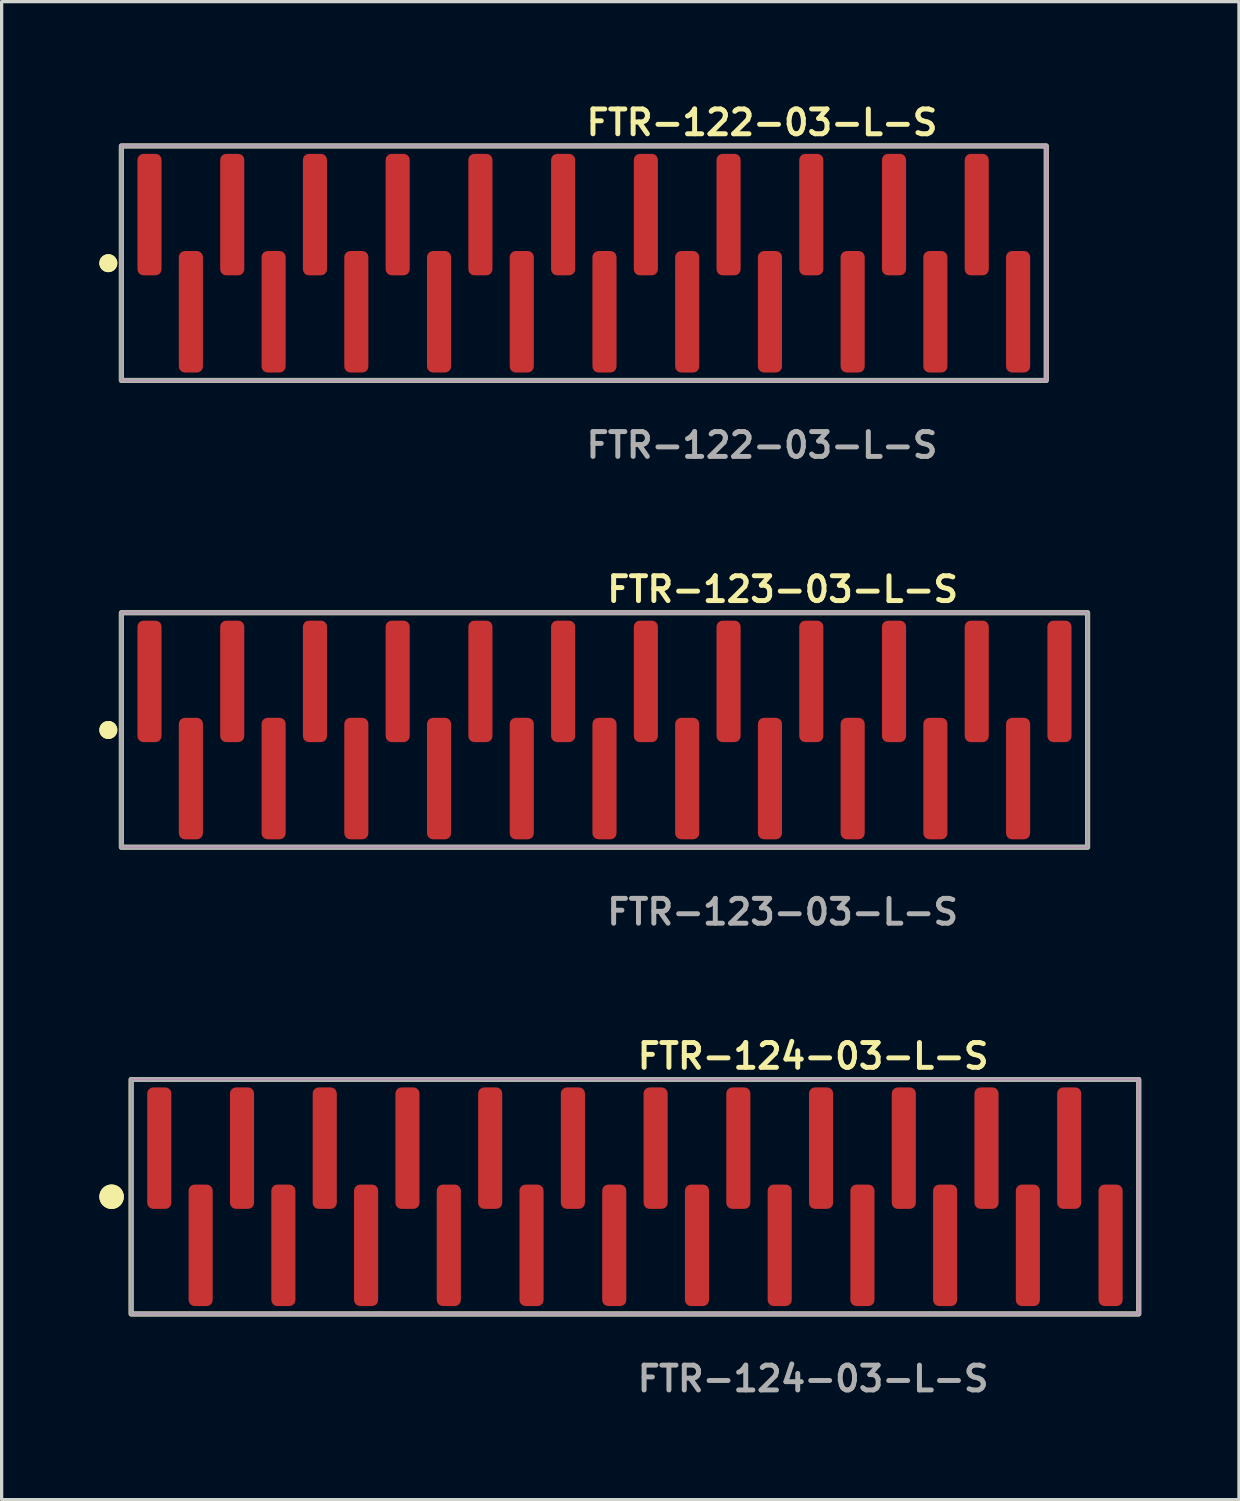
<source format=kicad_pcb>
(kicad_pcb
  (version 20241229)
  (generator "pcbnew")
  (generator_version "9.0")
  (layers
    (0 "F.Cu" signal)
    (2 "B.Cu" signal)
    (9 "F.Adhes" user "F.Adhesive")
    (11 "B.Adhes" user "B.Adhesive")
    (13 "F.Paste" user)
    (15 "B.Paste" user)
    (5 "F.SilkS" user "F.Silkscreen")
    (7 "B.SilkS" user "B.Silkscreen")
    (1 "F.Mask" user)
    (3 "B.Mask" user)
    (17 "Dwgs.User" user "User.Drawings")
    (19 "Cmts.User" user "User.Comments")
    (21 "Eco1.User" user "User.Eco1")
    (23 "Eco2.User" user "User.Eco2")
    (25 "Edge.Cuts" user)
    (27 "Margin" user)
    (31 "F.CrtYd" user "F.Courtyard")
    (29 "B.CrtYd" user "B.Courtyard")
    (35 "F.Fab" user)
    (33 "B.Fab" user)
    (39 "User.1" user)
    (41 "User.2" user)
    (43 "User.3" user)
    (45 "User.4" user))
  (footprint "FTR-124-03-L-S"
    (layer "F.Cu")
    (at 16.446 33.696)
    (property "Reference" "FTR-124-03-L-S" (at 0 -4.318 0) (unlocked yes) (layer "F.SilkS") (effects (font (size 0.762 0.762) (thickness 0.152)) (justify left)))
    (fp_rect (start -15.47 3.6) (end 15.47 -3.6) (stroke (width 0.152) (type solid)) (fill no) (layer "F.SilkS"))
    (fp_circle (center -16.07 0) (end -16.37 0) (stroke (width 0.152) (type solid)) (fill yes) (layer "F.SilkS"))
    (fp_circle (center -16.07 0) (end -16.37 0) (stroke (width 0.152) (type solid)) (fill yes) (layer "F.SilkS"))
    (fp_rect (start -15.47 3.6) (end 15.47 -3.6) (stroke (width 0.006) (type solid)) (fill no) (layer "F.CrtYd"))
    (fp_rect (start -15.47 3.6) (end 15.47 -3.6) (stroke (width 0.152) (type solid)) (fill no) (layer "F.Fab"))
    (fp_text user "${REFERENCE}" (at 0 5.588 0) (unlocked yes) (layer "F.Fab") (effects (font (size 0.762 0.762) (thickness 0.152)) (justify left)))
    (pad "1" smd roundrect (at -14.605 -1.492) (size 0.74 3.73) (layers "F.Cu" "F.Paste") (roundrect_rratio 0.25))
    (pad "2" smd roundrect (at -13.335 1.492) (size 0.74 3.73) (layers "F.Cu" "F.Paste") (roundrect_rratio 0.25))
    (pad "3" smd roundrect (at -12.065 -1.492) (size 0.74 3.73) (layers "F.Cu" "F.Paste") (roundrect_rratio 0.25))
    (pad "4" smd roundrect (at -10.795 1.492) (size 0.74 3.73) (layers "F.Cu" "F.Paste") (roundrect_rratio 0.25))
    (pad "5" smd roundrect (at -9.525 -1.492) (size 0.74 3.73) (layers "F.Cu" "F.Paste") (roundrect_rratio 0.25))
    (pad "6" smd roundrect (at -8.255 1.492) (size 0.74 3.73) (layers "F.Cu" "F.Paste") (roundrect_rratio 0.25))
    (pad "7" smd roundrect (at -6.985 -1.492) (size 0.74 3.73) (layers "F.Cu" "F.Paste") (roundrect_rratio 0.25))
    (pad "8" smd roundrect (at -5.715 1.492) (size 0.74 3.73) (layers "F.Cu" "F.Paste") (roundrect_rratio 0.25))
    (pad "9" smd roundrect (at -4.445 -1.492) (size 0.74 3.73) (layers "F.Cu" "F.Paste") (roundrect_rratio 0.25))
    (pad "10" smd roundrect (at -3.175 1.492) (size 0.74 3.73) (layers "F.Cu" "F.Paste") (roundrect_rratio 0.25))
    (pad "11" smd roundrect (at -1.905 -1.492) (size 0.74 3.73) (layers "F.Cu" "F.Paste") (roundrect_rratio 0.25))
    (pad "12" smd roundrect (at -0.635 1.492) (size 0.74 3.73) (layers "F.Cu" "F.Paste") (roundrect_rratio 0.25))
    (pad "13" smd roundrect (at 0.635 -1.492) (size 0.74 3.73) (layers "F.Cu" "F.Paste") (roundrect_rratio 0.25))
    (pad "14" smd roundrect (at 1.905 1.492) (size 0.74 3.73) (layers "F.Cu" "F.Paste") (roundrect_rratio 0.25))
    (pad "15" smd roundrect (at 3.175 -1.492) (size 0.74 3.73) (layers "F.Cu" "F.Paste") (roundrect_rratio 0.25))
    (pad "16" smd roundrect (at 4.445 1.492) (size 0.74 3.73) (layers "F.Cu" "F.Paste") (roundrect_rratio 0.25))
    (pad "17" smd roundrect (at 5.715 -1.492) (size 0.74 3.73) (layers "F.Cu" "F.Paste") (roundrect_rratio 0.25))
    (pad "18" smd roundrect (at 6.985 1.492) (size 0.74 3.73) (layers "F.Cu" "F.Paste") (roundrect_rratio 0.25))
    (pad "19" smd roundrect (at 8.255 -1.492) (size 0.74 3.73) (layers "F.Cu" "F.Paste") (roundrect_rratio 0.25))
    (pad "20" smd roundrect (at 9.525 1.492) (size 0.74 3.73) (layers "F.Cu" "F.Paste") (roundrect_rratio 0.25))
    (pad "21" smd roundrect (at 10.795 -1.492) (size 0.74 3.73) (layers "F.Cu" "F.Paste") (roundrect_rratio 0.25))
    (pad "22" smd roundrect (at 12.065 1.492) (size 0.74 3.73) (layers "F.Cu" "F.Paste") (roundrect_rratio 0.25))
    (pad "23" smd roundrect (at 13.335 -1.492) (size 0.74 3.73) (layers "F.Cu" "F.Paste") (roundrect_rratio 0.25))
    (pad "24" smd roundrect (at 14.605 1.492) (size 0.74 3.73) (layers "F.Cu" "F.Paste") (roundrect_rratio 0.25)))
  (footprint "FTR-123-03-L-S"
    (layer "F.Cu")
    (at 15.511 19.364)
    (property "Reference" "FTR-123-03-L-S" (at 0 -4.318 0) (unlocked yes) (layer "F.SilkS") (effects (font (size 0.762 0.762) (thickness 0.152)) (justify left)))
    (fp_rect (start -14.835 3.6) (end 14.835 -3.6) (stroke (width 0.152) (type solid)) (fill no) (layer "F.SilkS"))
    (fp_circle (center -15.235 0) (end -15.435 0) (stroke (width 0.152) (type solid)) (fill yes) (layer "F.SilkS"))
    (fp_circle (center -15.235 0) (end -15.435 0) (stroke (width 0.152) (type solid)) (fill yes) (layer "F.SilkS"))
    (fp_rect (start -14.835 3.6) (end 14.835 -3.6) (stroke (width 0.006) (type solid)) (fill no) (layer "F.CrtYd"))
    (fp_rect (start -14.835 3.6) (end 14.835 -3.6) (stroke (width 0.152) (type solid)) (fill no) (layer "F.Fab"))
    (fp_text user "${REFERENCE}" (at 0 5.588 0) (unlocked yes) (layer "F.Fab") (effects (font (size 0.762 0.762) (thickness 0.152)) (justify left)))
    (pad "1" smd roundrect (at -13.97 -1.492) (size 0.74 3.73) (layers "F.Cu" "F.Paste") (roundrect_rratio 0.25))
    (pad "2" smd roundrect (at -12.7 1.492) (size 0.74 3.73) (layers "F.Cu" "F.Paste") (roundrect_rratio 0.25))
    (pad "3" smd roundrect (at -11.43 -1.492) (size 0.74 3.73) (layers "F.Cu" "F.Paste") (roundrect_rratio 0.25))
    (pad "4" smd roundrect (at -10.16 1.492) (size 0.74 3.73) (layers "F.Cu" "F.Paste") (roundrect_rratio 0.25))
    (pad "5" smd roundrect (at -8.89 -1.492) (size 0.74 3.73) (layers "F.Cu" "F.Paste") (roundrect_rratio 0.25))
    (pad "6" smd roundrect (at -7.62 1.492) (size 0.74 3.73) (layers "F.Cu" "F.Paste") (roundrect_rratio 0.25))
    (pad "7" smd roundrect (at -6.35 -1.492) (size 0.74 3.73) (layers "F.Cu" "F.Paste") (roundrect_rratio 0.25))
    (pad "8" smd roundrect (at -5.08 1.492) (size 0.74 3.73) (layers "F.Cu" "F.Paste") (roundrect_rratio 0.25))
    (pad "9" smd roundrect (at -3.81 -1.492) (size 0.74 3.73) (layers "F.Cu" "F.Paste") (roundrect_rratio 0.25))
    (pad "10" smd roundrect (at -2.54 1.492) (size 0.74 3.73) (layers "F.Cu" "F.Paste") (roundrect_rratio 0.25))
    (pad "11" smd roundrect (at -1.27 -1.492) (size 0.74 3.73) (layers "F.Cu" "F.Paste") (roundrect_rratio 0.25))
    (pad "12" smd roundrect (at 0 1.492) (size 0.74 3.73) (layers "F.Cu" "F.Paste") (roundrect_rratio 0.25))
    (pad "13" smd roundrect (at 1.27 -1.492) (size 0.74 3.73) (layers "F.Cu" "F.Paste") (roundrect_rratio 0.25))
    (pad "14" smd roundrect (at 2.54 1.492) (size 0.74 3.73) (layers "F.Cu" "F.Paste") (roundrect_rratio 0.25))
    (pad "15" smd roundrect (at 3.81 -1.492) (size 0.74 3.73) (layers "F.Cu" "F.Paste") (roundrect_rratio 0.25))
    (pad "16" smd roundrect (at 5.08 1.492) (size 0.74 3.73) (layers "F.Cu" "F.Paste") (roundrect_rratio 0.25))
    (pad "17" smd roundrect (at 6.35 -1.492) (size 0.74 3.73) (layers "F.Cu" "F.Paste") (roundrect_rratio 0.25))
    (pad "18" smd roundrect (at 7.62 1.492) (size 0.74 3.73) (layers "F.Cu" "F.Paste") (roundrect_rratio 0.25))
    (pad "19" smd roundrect (at 8.89 -1.492) (size 0.74 3.73) (layers "F.Cu" "F.Paste") (roundrect_rratio 0.25))
    (pad "20" smd roundrect (at 10.16 1.492) (size 0.74 3.73) (layers "F.Cu" "F.Paste") (roundrect_rratio 0.25))
    (pad "21" smd roundrect (at 11.43 -1.492) (size 0.74 3.73) (layers "F.Cu" "F.Paste") (roundrect_rratio 0.25))
    (pad "22" smd roundrect (at 12.7 1.492) (size 0.74 3.73) (layers "F.Cu" "F.Paste") (roundrect_rratio 0.25))
    (pad "23" smd roundrect (at 13.97 -1.492) (size 0.74 3.73) (layers "F.Cu" "F.Paste") (roundrect_rratio 0.25)))
  (footprint "FTR-122-03-L-S"
    (layer "F.Cu")
    (at 14.876 5.031)
    (property "Reference" "FTR-122-03-L-S" (at 0 -4.318 0) (unlocked yes) (layer "F.SilkS") (effects (font (size 0.762 0.762) (thickness 0.152)) (justify left)))
    (fp_rect (start -14.2 3.6) (end 14.2 -3.6) (stroke (width 0.152) (type solid)) (fill no) (layer "F.SilkS"))
    (fp_circle (center -14.6 0) (end -14.8 0) (stroke (width 0.152) (type solid)) (fill yes) (layer "F.SilkS"))
    (fp_circle (center -14.6 0) (end -14.8 0) (stroke (width 0.152) (type solid)) (fill yes) (layer "F.SilkS"))
    (fp_rect (start -14.2 3.6) (end 14.2 -3.6) (stroke (width 0.006) (type solid)) (fill no) (layer "F.CrtYd"))
    (fp_rect (start -14.2 3.6) (end 14.2 -3.6) (stroke (width 0.152) (type solid)) (fill no) (layer "F.Fab"))
    (fp_text user "${REFERENCE}" (at 0 5.588 0) (unlocked yes) (layer "F.Fab") (effects (font (size 0.762 0.762) (thickness 0.152)) (justify left)))
    (pad "1" smd roundrect (at -13.335 -1.492) (size 0.74 3.73) (layers "F.Cu" "F.Paste") (roundrect_rratio 0.25))
    (pad "2" smd roundrect (at -12.065 1.492) (size 0.74 3.73) (layers "F.Cu" "F.Paste") (roundrect_rratio 0.25))
    (pad "3" smd roundrect (at -10.795 -1.492) (size 0.74 3.73) (layers "F.Cu" "F.Paste") (roundrect_rratio 0.25))
    (pad "4" smd roundrect (at -9.525 1.492) (size 0.74 3.73) (layers "F.Cu" "F.Paste") (roundrect_rratio 0.25))
    (pad "5" smd roundrect (at -8.255 -1.492) (size 0.74 3.73) (layers "F.Cu" "F.Paste") (roundrect_rratio 0.25))
    (pad "6" smd roundrect (at -6.985 1.492) (size 0.74 3.73) (layers "F.Cu" "F.Paste") (roundrect_rratio 0.25))
    (pad "7" smd roundrect (at -5.715 -1.492) (size 0.74 3.73) (layers "F.Cu" "F.Paste") (roundrect_rratio 0.25))
    (pad "8" smd roundrect (at -4.445 1.492) (size 0.74 3.73) (layers "F.Cu" "F.Paste") (roundrect_rratio 0.25))
    (pad "9" smd roundrect (at -3.175 -1.492) (size 0.74 3.73) (layers "F.Cu" "F.Paste") (roundrect_rratio 0.25))
    (pad "10" smd roundrect (at -1.905 1.492) (size 0.74 3.73) (layers "F.Cu" "F.Paste") (roundrect_rratio 0.25))
    (pad "11" smd roundrect (at -0.635 -1.492) (size 0.74 3.73) (layers "F.Cu" "F.Paste") (roundrect_rratio 0.25))
    (pad "12" smd roundrect (at 0.635 1.492) (size 0.74 3.73) (layers "F.Cu" "F.Paste") (roundrect_rratio 0.25))
    (pad "13" smd roundrect (at 1.905 -1.492) (size 0.74 3.73) (layers "F.Cu" "F.Paste") (roundrect_rratio 0.25))
    (pad "14" smd roundrect (at 3.175 1.492) (size 0.74 3.73) (layers "F.Cu" "F.Paste") (roundrect_rratio 0.25))
    (pad "15" smd roundrect (at 4.445 -1.492) (size 0.74 3.73) (layers "F.Cu" "F.Paste") (roundrect_rratio 0.25))
    (pad "16" smd roundrect (at 5.715 1.492) (size 0.74 3.73) (layers "F.Cu" "F.Paste") (roundrect_rratio 0.25))
    (pad "17" smd roundrect (at 6.985 -1.492) (size 0.74 3.73) (layers "F.Cu" "F.Paste") (roundrect_rratio 0.25))
    (pad "18" smd roundrect (at 8.255 1.492) (size 0.74 3.73) (layers "F.Cu" "F.Paste") (roundrect_rratio 0.25))
    (pad "19" smd roundrect (at 9.525 -1.492) (size 0.74 3.73) (layers "F.Cu" "F.Paste") (roundrect_rratio 0.25))
    (pad "20" smd roundrect (at 10.795 1.492) (size 0.74 3.73) (layers "F.Cu" "F.Paste") (roundrect_rratio 0.25))
    (pad "21" smd roundrect (at 12.065 -1.492) (size 0.74 3.73) (layers "F.Cu" "F.Paste") (roundrect_rratio 0.25))
    (pad "22" smd roundrect (at 13.335 1.492) (size 0.74 3.73) (layers "F.Cu" "F.Paste") (roundrect_rratio 0.25)))
  (gr_rect
    (start -3 -3)
    (end 34.992 42.997)
    (stroke (width 0.1) (type default))
    (fill no)
    (layer "Edge.Cuts")))
</source>
